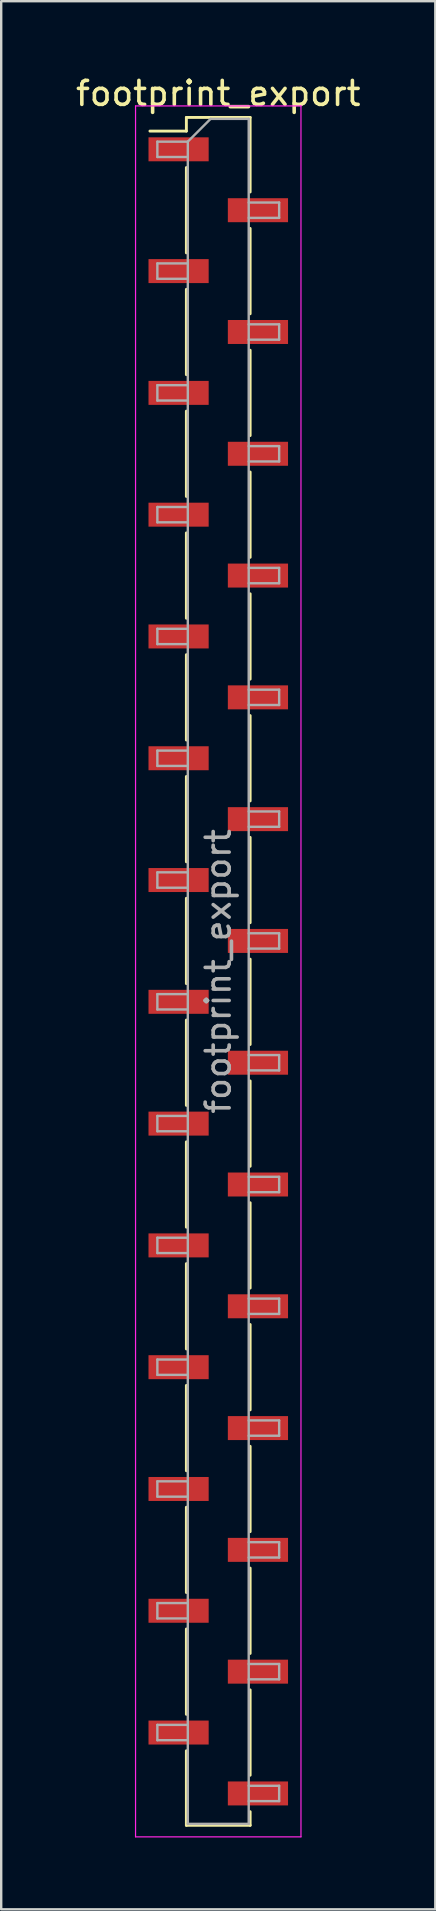
<source format=kicad_pcb>
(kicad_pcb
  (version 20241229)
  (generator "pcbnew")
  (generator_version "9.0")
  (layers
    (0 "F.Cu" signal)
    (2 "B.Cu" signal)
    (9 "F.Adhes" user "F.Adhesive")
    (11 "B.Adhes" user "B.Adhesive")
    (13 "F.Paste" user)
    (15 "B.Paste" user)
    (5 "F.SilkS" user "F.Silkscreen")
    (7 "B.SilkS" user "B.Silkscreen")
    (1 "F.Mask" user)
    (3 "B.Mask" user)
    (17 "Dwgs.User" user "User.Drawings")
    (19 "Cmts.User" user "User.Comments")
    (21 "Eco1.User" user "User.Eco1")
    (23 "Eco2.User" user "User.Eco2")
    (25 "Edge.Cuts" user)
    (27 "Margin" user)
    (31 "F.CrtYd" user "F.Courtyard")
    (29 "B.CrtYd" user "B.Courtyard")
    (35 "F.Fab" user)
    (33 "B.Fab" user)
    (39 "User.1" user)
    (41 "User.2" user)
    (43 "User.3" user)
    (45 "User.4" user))
  (footprint "footprint_export"
    (layer "F.Cu")
    (at 6.054 37.468)
    (property "Reference" "footprint_export" (at 0 -36.62 0) (layer "F.SilkS") (effects (font (size 1 1) (thickness 0.15))))
    (attr smd)
    (fp_line (start -1.33 -35.62) (end -1.33 -35.05) (stroke (width 0.12) (type solid)) (layer "F.SilkS"))
    (fp_line (start -1.33 -35.62) (end 1.33 -35.62) (stroke (width 0.12) (type solid)) (layer "F.SilkS"))
    (fp_line (start -1.33 -35.05) (end -2.85 -35.05) (stroke (width 0.12) (type solid)) (layer "F.SilkS"))
    (fp_line (start -1.33 -33.53) (end -1.33 -29.97) (stroke (width 0.12) (type solid)) (layer "F.SilkS"))
    (fp_line (start -1.33 -28.45) (end -1.33 -24.89) (stroke (width 0.12) (type solid)) (layer "F.SilkS"))
    (fp_line (start -1.33 -23.37) (end -1.33 -19.81) (stroke (width 0.12) (type solid)) (layer "F.SilkS"))
    (fp_line (start -1.33 -18.29) (end -1.33 -14.73) (stroke (width 0.12) (type solid)) (layer "F.SilkS"))
    (fp_line (start -1.33 -13.21) (end -1.33 -9.65) (stroke (width 0.12) (type solid)) (layer "F.SilkS"))
    (fp_line (start -1.33 -8.13) (end -1.33 -4.57) (stroke (width 0.12) (type solid)) (layer "F.SilkS"))
    (fp_line (start -1.33 -3.05) (end -1.33 0.51) (stroke (width 0.12) (type solid)) (layer "F.SilkS"))
    (fp_line (start -1.33 2.03) (end -1.33 5.59) (stroke (width 0.12) (type solid)) (layer "F.SilkS"))
    (fp_line (start -1.33 7.11) (end -1.33 10.67) (stroke (width 0.12) (type solid)) (layer "F.SilkS"))
    (fp_line (start -1.33 12.19) (end -1.33 15.75) (stroke (width 0.12) (type solid)) (layer "F.SilkS"))
    (fp_line (start -1.33 17.27) (end -1.33 20.83) (stroke (width 0.12) (type solid)) (layer "F.SilkS"))
    (fp_line (start -1.33 22.35) (end -1.33 25.91) (stroke (width 0.12) (type solid)) (layer "F.SilkS"))
    (fp_line (start -1.33 27.43) (end -1.33 30.99) (stroke (width 0.12) (type solid)) (layer "F.SilkS"))
    (fp_line (start -1.33 32.51) (end -1.33 35.62) (stroke (width 0.12) (type solid)) (layer "F.SilkS"))
    (fp_line (start -1.33 35.62) (end 1.33 35.62) (stroke (width 0.12) (type solid)) (layer "F.SilkS"))
    (fp_line (start 1.33 -35.62) (end 1.33 -32.51) (stroke (width 0.12) (type solid)) (layer "F.SilkS"))
    (fp_line (start 1.33 -30.99) (end 1.33 -27.43) (stroke (width 0.12) (type solid)) (layer "F.SilkS"))
    (fp_line (start 1.33 -25.91) (end 1.33 -22.35) (stroke (width 0.12) (type solid)) (layer "F.SilkS"))
    (fp_line (start 1.33 -20.83) (end 1.33 -17.27) (stroke (width 0.12) (type solid)) (layer "F.SilkS"))
    (fp_line (start 1.33 -15.75) (end 1.33 -12.19) (stroke (width 0.12) (type solid)) (layer "F.SilkS"))
    (fp_line (start 1.33 -10.67) (end 1.33 -7.11) (stroke (width 0.12) (type solid)) (layer "F.SilkS"))
    (fp_line (start 1.33 -5.59) (end 1.33 -2.03) (stroke (width 0.12) (type solid)) (layer "F.SilkS"))
    (fp_line (start 1.33 -0.51) (end 1.33 3.05) (stroke (width 0.12) (type solid)) (layer "F.SilkS"))
    (fp_line (start 1.33 4.57) (end 1.33 8.13) (stroke (width 0.12) (type solid)) (layer "F.SilkS"))
    (fp_line (start 1.33 9.65) (end 1.33 13.21) (stroke (width 0.12) (type solid)) (layer "F.SilkS"))
    (fp_line (start 1.33 14.73) (end 1.33 18.29) (stroke (width 0.12) (type solid)) (layer "F.SilkS"))
    (fp_line (start 1.33 19.81) (end 1.33 23.37) (stroke (width 0.12) (type solid)) (layer "F.SilkS"))
    (fp_line (start 1.33 24.89) (end 1.33 28.45) (stroke (width 0.12) (type solid)) (layer "F.SilkS"))
    (fp_line (start 1.33 29.97) (end 1.33 33.53) (stroke (width 0.12) (type solid)) (layer "F.SilkS"))
    (fp_line (start 1.33 35.05) (end 1.33 35.62) (stroke (width 0.12) (type solid)) (layer "F.SilkS"))
    (fp_line (start -3.45 -36.1) (end -3.45 36.1) (stroke (width 0.05) (type solid)) (layer "F.CrtYd"))
    (fp_line (start -3.45 36.1) (end 3.45 36.1) (stroke (width 0.05) (type solid)) (layer "F.CrtYd"))
    (fp_line (start 3.45 -36.1) (end -3.45 -36.1) (stroke (width 0.05) (type solid)) (layer "F.CrtYd"))
    (fp_line (start 3.45 36.1) (end 3.45 -36.1) (stroke (width 0.05) (type solid)) (layer "F.CrtYd"))
    (fp_line (start -2.54 -34.61) (end -2.54 -33.97) (stroke (width 0.1) (type solid)) (layer "F.Fab"))
    (fp_line (start -2.54 -33.97) (end -1.27 -33.97) (stroke (width 0.1) (type solid)) (layer "F.Fab"))
    (fp_line (start -2.54 -29.53) (end -2.54 -28.89) (stroke (width 0.1) (type solid)) (layer "F.Fab"))
    (fp_line (start -2.54 -28.89) (end -1.27 -28.89) (stroke (width 0.1) (type solid)) (layer "F.Fab"))
    (fp_line (start -2.54 -24.45) (end -2.54 -23.81) (stroke (width 0.1) (type solid)) (layer "F.Fab"))
    (fp_line (start -2.54 -23.81) (end -1.27 -23.81) (stroke (width 0.1) (type solid)) (layer "F.Fab"))
    (fp_line (start -2.54 -19.37) (end -2.54 -18.73) (stroke (width 0.1) (type solid)) (layer "F.Fab"))
    (fp_line (start -2.54 -18.73) (end -1.27 -18.73) (stroke (width 0.1) (type solid)) (layer "F.Fab"))
    (fp_line (start -2.54 -14.29) (end -2.54 -13.65) (stroke (width 0.1) (type solid)) (layer "F.Fab"))
    (fp_line (start -2.54 -13.65) (end -1.27 -13.65) (stroke (width 0.1) (type solid)) (layer "F.Fab"))
    (fp_line (start -2.54 -9.21) (end -2.54 -8.57) (stroke (width 0.1) (type solid)) (layer "F.Fab"))
    (fp_line (start -2.54 -8.57) (end -1.27 -8.57) (stroke (width 0.1) (type solid)) (layer "F.Fab"))
    (fp_line (start -2.54 -4.13) (end -2.54 -3.49) (stroke (width 0.1) (type solid)) (layer "F.Fab"))
    (fp_line (start -2.54 -3.49) (end -1.27 -3.49) (stroke (width 0.1) (type solid)) (layer "F.Fab"))
    (fp_line (start -2.54 0.95) (end -2.54 1.59) (stroke (width 0.1) (type solid)) (layer "F.Fab"))
    (fp_line (start -2.54 1.59) (end -1.27 1.59) (stroke (width 0.1) (type solid)) (layer "F.Fab"))
    (fp_line (start -2.54 6.03) (end -2.54 6.67) (stroke (width 0.1) (type solid)) (layer "F.Fab"))
    (fp_line (start -2.54 6.67) (end -1.27 6.67) (stroke (width 0.1) (type solid)) (layer "F.Fab"))
    (fp_line (start -2.54 11.11) (end -2.54 11.75) (stroke (width 0.1) (type solid)) (layer "F.Fab"))
    (fp_line (start -2.54 11.75) (end -1.27 11.75) (stroke (width 0.1) (type solid)) (layer "F.Fab"))
    (fp_line (start -2.54 16.19) (end -2.54 16.83) (stroke (width 0.1) (type solid)) (layer "F.Fab"))
    (fp_line (start -2.54 16.83) (end -1.27 16.83) (stroke (width 0.1) (type solid)) (layer "F.Fab"))
    (fp_line (start -2.54 21.27) (end -2.54 21.91) (stroke (width 0.1) (type solid)) (layer "F.Fab"))
    (fp_line (start -2.54 21.91) (end -1.27 21.91) (stroke (width 0.1) (type solid)) (layer "F.Fab"))
    (fp_line (start -2.54 26.35) (end -2.54 26.99) (stroke (width 0.1) (type solid)) (layer "F.Fab"))
    (fp_line (start -2.54 26.99) (end -1.27 26.99) (stroke (width 0.1) (type solid)) (layer "F.Fab"))
    (fp_line (start -2.54 31.43) (end -2.54 32.07) (stroke (width 0.1) (type solid)) (layer "F.Fab"))
    (fp_line (start -2.54 32.07) (end -1.27 32.07) (stroke (width 0.1) (type solid)) (layer "F.Fab"))
    (fp_line (start -1.27 -34.61) (end -2.54 -34.61) (stroke (width 0.1) (type solid)) (layer "F.Fab"))
    (fp_line (start -1.27 -34.61) (end -0.32 -35.56) (stroke (width 0.1) (type solid)) (layer "F.Fab"))
    (fp_line (start -1.27 -29.53) (end -2.54 -29.53) (stroke (width 0.1) (type solid)) (layer "F.Fab"))
    (fp_line (start -1.27 -24.45) (end -2.54 -24.45) (stroke (width 0.1) (type solid)) (layer "F.Fab"))
    (fp_line (start -1.27 -19.37) (end -2.54 -19.37) (stroke (width 0.1) (type solid)) (layer "F.Fab"))
    (fp_line (start -1.27 -14.29) (end -2.54 -14.29) (stroke (width 0.1) (type solid)) (layer "F.Fab"))
    (fp_line (start -1.27 -9.21) (end -2.54 -9.21) (stroke (width 0.1) (type solid)) (layer "F.Fab"))
    (fp_line (start -1.27 -4.13) (end -2.54 -4.13) (stroke (width 0.1) (type solid)) (layer "F.Fab"))
    (fp_line (start -1.27 0.95) (end -2.54 0.95) (stroke (width 0.1) (type solid)) (layer "F.Fab"))
    (fp_line (start -1.27 6.03) (end -2.54 6.03) (stroke (width 0.1) (type solid)) (layer "F.Fab"))
    (fp_line (start -1.27 11.11) (end -2.54 11.11) (stroke (width 0.1) (type solid)) (layer "F.Fab"))
    (fp_line (start -1.27 16.19) (end -2.54 16.19) (stroke (width 0.1) (type solid)) (layer "F.Fab"))
    (fp_line (start -1.27 21.27) (end -2.54 21.27) (stroke (width 0.1) (type solid)) (layer "F.Fab"))
    (fp_line (start -1.27 26.35) (end -2.54 26.35) (stroke (width 0.1) (type solid)) (layer "F.Fab"))
    (fp_line (start -1.27 31.43) (end -2.54 31.43) (stroke (width 0.1) (type solid)) (layer "F.Fab"))
    (fp_line (start -1.27 35.56) (end -1.27 -34.61) (stroke (width 0.1) (type solid)) (layer "F.Fab"))
    (fp_line (start -0.32 -35.56) (end 1.27 -35.56) (stroke (width 0.1) (type solid)) (layer "F.Fab"))
    (fp_line (start 1.27 -35.56) (end 1.27 35.56) (stroke (width 0.1) (type solid)) (layer "F.Fab"))
    (fp_line (start 1.27 -32.07) (end 2.54 -32.07) (stroke (width 0.1) (type solid)) (layer "F.Fab"))
    (fp_line (start 1.27 -26.99) (end 2.54 -26.99) (stroke (width 0.1) (type solid)) (layer "F.Fab"))
    (fp_line (start 1.27 -21.91) (end 2.54 -21.91) (stroke (width 0.1) (type solid)) (layer "F.Fab"))
    (fp_line (start 1.27 -16.83) (end 2.54 -16.83) (stroke (width 0.1) (type solid)) (layer "F.Fab"))
    (fp_line (start 1.27 -11.75) (end 2.54 -11.75) (stroke (width 0.1) (type solid)) (layer "F.Fab"))
    (fp_line (start 1.27 -6.67) (end 2.54 -6.67) (stroke (width 0.1) (type solid)) (layer "F.Fab"))
    (fp_line (start 1.27 -1.59) (end 2.54 -1.59) (stroke (width 0.1) (type solid)) (layer "F.Fab"))
    (fp_line (start 1.27 3.49) (end 2.54 3.49) (stroke (width 0.1) (type solid)) (layer "F.Fab"))
    (fp_line (start 1.27 8.57) (end 2.54 8.57) (stroke (width 0.1) (type solid)) (layer "F.Fab"))
    (fp_line (start 1.27 13.65) (end 2.54 13.65) (stroke (width 0.1) (type solid)) (layer "F.Fab"))
    (fp_line (start 1.27 18.73) (end 2.54 18.73) (stroke (width 0.1) (type solid)) (layer "F.Fab"))
    (fp_line (start 1.27 23.81) (end 2.54 23.81) (stroke (width 0.1) (type solid)) (layer "F.Fab"))
    (fp_line (start 1.27 28.89) (end 2.54 28.89) (stroke (width 0.1) (type solid)) (layer "F.Fab"))
    (fp_line (start 1.27 33.97) (end 2.54 33.97) (stroke (width 0.1) (type solid)) (layer "F.Fab"))
    (fp_line (start 1.27 35.56) (end -1.27 35.56) (stroke (width 0.1) (type solid)) (layer "F.Fab"))
    (fp_line (start 2.54 -32.07) (end 2.54 -31.43) (stroke (width 0.1) (type solid)) (layer "F.Fab"))
    (fp_line (start 2.54 -31.43) (end 1.27 -31.43) (stroke (width 0.1) (type solid)) (layer "F.Fab"))
    (fp_line (start 2.54 -26.99) (end 2.54 -26.35) (stroke (width 0.1) (type solid)) (layer "F.Fab"))
    (fp_line (start 2.54 -26.35) (end 1.27 -26.35) (stroke (width 0.1) (type solid)) (layer "F.Fab"))
    (fp_line (start 2.54 -21.91) (end 2.54 -21.27) (stroke (width 0.1) (type solid)) (layer "F.Fab"))
    (fp_line (start 2.54 -21.27) (end 1.27 -21.27) (stroke (width 0.1) (type solid)) (layer "F.Fab"))
    (fp_line (start 2.54 -16.83) (end 2.54 -16.19) (stroke (width 0.1) (type solid)) (layer "F.Fab"))
    (fp_line (start 2.54 -16.19) (end 1.27 -16.19) (stroke (width 0.1) (type solid)) (layer "F.Fab"))
    (fp_line (start 2.54 -11.75) (end 2.54 -11.11) (stroke (width 0.1) (type solid)) (layer "F.Fab"))
    (fp_line (start 2.54 -11.11) (end 1.27 -11.11) (stroke (width 0.1) (type solid)) (layer "F.Fab"))
    (fp_line (start 2.54 -6.67) (end 2.54 -6.03) (stroke (width 0.1) (type solid)) (layer "F.Fab"))
    (fp_line (start 2.54 -6.03) (end 1.27 -6.03) (stroke (width 0.1) (type solid)) (layer "F.Fab"))
    (fp_line (start 2.54 -1.59) (end 2.54 -0.95) (stroke (width 0.1) (type solid)) (layer "F.Fab"))
    (fp_line (start 2.54 -0.95) (end 1.27 -0.95) (stroke (width 0.1) (type solid)) (layer "F.Fab"))
    (fp_line (start 2.54 3.49) (end 2.54 4.13) (stroke (width 0.1) (type solid)) (layer "F.Fab"))
    (fp_line (start 2.54 4.13) (end 1.27 4.13) (stroke (width 0.1) (type solid)) (layer "F.Fab"))
    (fp_line (start 2.54 8.57) (end 2.54 9.21) (stroke (width 0.1) (type solid)) (layer "F.Fab"))
    (fp_line (start 2.54 9.21) (end 1.27 9.21) (stroke (width 0.1) (type solid)) (layer "F.Fab"))
    (fp_line (start 2.54 13.65) (end 2.54 14.29) (stroke (width 0.1) (type solid)) (layer "F.Fab"))
    (fp_line (start 2.54 14.29) (end 1.27 14.29) (stroke (width 0.1) (type solid)) (layer "F.Fab"))
    (fp_line (start 2.54 18.73) (end 2.54 19.37) (stroke (width 0.1) (type solid)) (layer "F.Fab"))
    (fp_line (start 2.54 19.37) (end 1.27 19.37) (stroke (width 0.1) (type solid)) (layer "F.Fab"))
    (fp_line (start 2.54 23.81) (end 2.54 24.45) (stroke (width 0.1) (type solid)) (layer "F.Fab"))
    (fp_line (start 2.54 24.45) (end 1.27 24.45) (stroke (width 0.1) (type solid)) (layer "F.Fab"))
    (fp_line (start 2.54 28.89) (end 2.54 29.53) (stroke (width 0.1) (type solid)) (layer "F.Fab"))
    (fp_line (start 2.54 29.53) (end 1.27 29.53) (stroke (width 0.1) (type solid)) (layer "F.Fab"))
    (fp_line (start 2.54 33.97) (end 2.54 34.61) (stroke (width 0.1) (type solid)) (layer "F.Fab"))
    (fp_line (start 2.54 34.61) (end 1.27 34.61) (stroke (width 0.1) (type solid)) (layer "F.Fab"))
    (fp_text user "${REFERENCE}" (at 0 0 90) (layer "F.Fab") (effects (font (size 1 1) (thickness 0.15))))
    (pad "1" smd rect (at -1.655 -34.29) (size 2.51 1) (layers "F.Cu" "F.Mask" "F.Paste"))
    (pad "2" smd rect (at 1.655 -31.75) (size 2.51 1) (layers "F.Cu" "F.Mask" "F.Paste"))
    (pad "3" smd rect (at -1.655 -29.21) (size 2.51 1) (layers "F.Cu" "F.Mask" "F.Paste"))
    (pad "4" smd rect (at 1.655 -26.67) (size 2.51 1) (layers "F.Cu" "F.Mask" "F.Paste"))
    (pad "5" smd rect (at -1.655 -24.13) (size 2.51 1) (layers "F.Cu" "F.Mask" "F.Paste"))
    (pad "6" smd rect (at 1.655 -21.59) (size 2.51 1) (layers "F.Cu" "F.Mask" "F.Paste"))
    (pad "7" smd rect (at -1.655 -19.05) (size 2.51 1) (layers "F.Cu" "F.Mask" "F.Paste"))
    (pad "8" smd rect (at 1.655 -16.51) (size 2.51 1) (layers "F.Cu" "F.Mask" "F.Paste"))
    (pad "9" smd rect (at -1.655 -13.97) (size 2.51 1) (layers "F.Cu" "F.Mask" "F.Paste"))
    (pad "10" smd rect (at 1.655 -11.43) (size 2.51 1) (layers "F.Cu" "F.Mask" "F.Paste"))
    (pad "11" smd rect (at -1.655 -8.89) (size 2.51 1) (layers "F.Cu" "F.Mask" "F.Paste"))
    (pad "12" smd rect (at 1.655 -6.35) (size 2.51 1) (layers "F.Cu" "F.Mask" "F.Paste"))
    (pad "13" smd rect (at -1.655 -3.81) (size 2.51 1) (layers "F.Cu" "F.Mask" "F.Paste"))
    (pad "14" smd rect (at 1.655 -1.27) (size 2.51 1) (layers "F.Cu" "F.Mask" "F.Paste"))
    (pad "15" smd rect (at -1.655 1.27) (size 2.51 1) (layers "F.Cu" "F.Mask" "F.Paste"))
    (pad "16" smd rect (at 1.655 3.81) (size 2.51 1) (layers "F.Cu" "F.Mask" "F.Paste"))
    (pad "17" smd rect (at -1.655 6.35) (size 2.51 1) (layers "F.Cu" "F.Mask" "F.Paste"))
    (pad "18" smd rect (at 1.655 8.89) (size 2.51 1) (layers "F.Cu" "F.Mask" "F.Paste"))
    (pad "19" smd rect (at -1.655 11.43) (size 2.51 1) (layers "F.Cu" "F.Mask" "F.Paste"))
    (pad "20" smd rect (at 1.655 13.97) (size 2.51 1) (layers "F.Cu" "F.Mask" "F.Paste"))
    (pad "21" smd rect (at -1.655 16.51) (size 2.51 1) (layers "F.Cu" "F.Mask" "F.Paste"))
    (pad "22" smd rect (at 1.655 19.05) (size 2.51 1) (layers "F.Cu" "F.Mask" "F.Paste"))
    (pad "23" smd rect (at -1.655 21.59) (size 2.51 1) (layers "F.Cu" "F.Mask" "F.Paste"))
    (pad "24" smd rect (at 1.655 24.13) (size 2.51 1) (layers "F.Cu" "F.Mask" "F.Paste"))
    (pad "25" smd rect (at -1.655 26.67) (size 2.51 1) (layers "F.Cu" "F.Mask" "F.Paste"))
    (pad "26" smd rect (at 1.655 29.21) (size 2.51 1) (layers "F.Cu" "F.Mask" "F.Paste"))
    (pad "27" smd rect (at -1.655 31.75) (size 2.51 1) (layers "F.Cu" "F.Mask" "F.Paste"))
    (pad "28" smd rect (at 1.655 34.29) (size 2.51 1) (layers "F.Cu" "F.Mask" "F.Paste")))
  (gr_rect
    (start -3 -3)
    (end 15.107 76.593)
    (stroke (width 0.1) (type default))
    (fill no)
    (layer "Edge.Cuts")))
</source>
